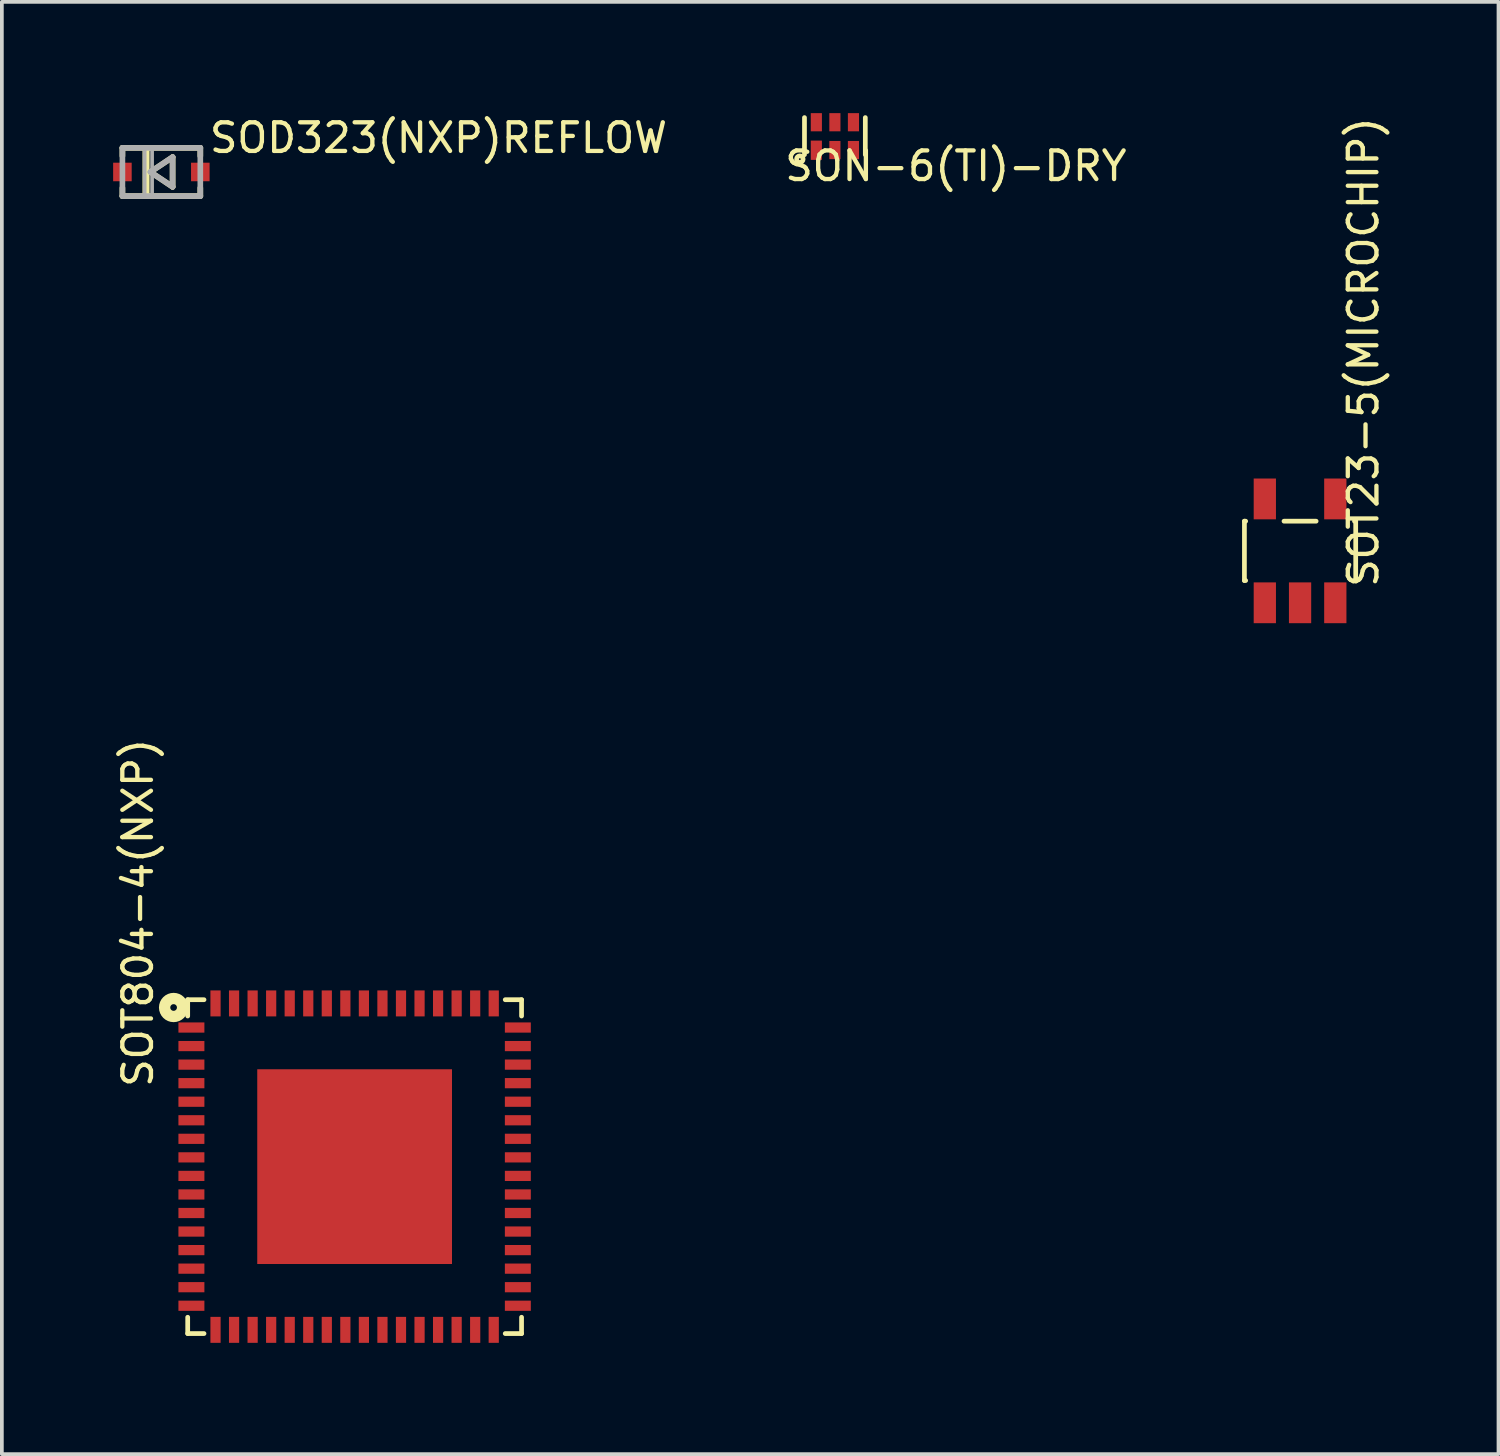
<source format=kicad_pcb>
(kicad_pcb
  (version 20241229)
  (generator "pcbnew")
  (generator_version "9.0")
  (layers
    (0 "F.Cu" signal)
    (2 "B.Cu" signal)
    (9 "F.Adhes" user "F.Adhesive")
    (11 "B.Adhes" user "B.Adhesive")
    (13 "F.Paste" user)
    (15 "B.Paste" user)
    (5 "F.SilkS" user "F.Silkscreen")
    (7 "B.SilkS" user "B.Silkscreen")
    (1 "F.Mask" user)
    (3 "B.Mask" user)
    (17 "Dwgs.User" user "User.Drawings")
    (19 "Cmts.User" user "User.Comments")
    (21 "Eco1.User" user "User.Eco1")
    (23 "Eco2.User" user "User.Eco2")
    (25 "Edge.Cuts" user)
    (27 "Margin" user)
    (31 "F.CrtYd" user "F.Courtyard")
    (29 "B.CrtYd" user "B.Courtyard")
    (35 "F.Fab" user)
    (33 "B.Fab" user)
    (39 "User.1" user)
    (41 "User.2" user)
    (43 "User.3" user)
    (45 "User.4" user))
  (footprint "SOT23-5(MICROCHIP)"
    (layer "F.Cu")
    (at 31.997 11.8)
    (property "Reference" "SOT23-5(MICROCHIP)" (at 2.159 1.041 90) (layer "F.SilkS") (effects (font (size 0.772 0.772) (thickness 0.116)) (justify left bottom)))
    (attr through_hole)
    (fp_line (start -1.5 -0.8) (end -1.467 -0.8) (stroke (width 0.127) (type solid)) (layer "F.SilkS"))
    (fp_line (start -1.5 0.8) (end -1.5 -0.8) (stroke (width 0.127) (type solid)) (layer "F.SilkS"))
    (fp_line (start -1.467 0.8) (end -1.5 0.8) (stroke (width 0.127) (type solid)) (layer "F.SilkS"))
    (fp_line (start -0.433 -0.8) (end 0.433 -0.8) (stroke (width 0.127) (type solid)) (layer "F.SilkS"))
    (fp_line (start 1.467 -0.8) (end 1.5 -0.8) (stroke (width 0.127) (type solid)) (layer "F.SilkS"))
    (fp_line (start 1.5 -0.8) (end 1.5 0.8) (stroke (width 0.127) (type solid)) (layer "F.SilkS"))
    (fp_line (start 1.5 0.8) (end 1.467 0.8) (stroke (width 0.127) (type solid)) (layer "F.SilkS"))
    (pad "1" smd rect (at -0.95 1.4 180) (size 0.6 1.1) (layers "F.Cu" "F.Mask" "F.Paste"))
    (pad "2" smd rect (at 0 1.4 180) (size 0.6 1.1) (layers "F.Cu" "F.Mask" "F.Paste"))
    (pad "3" smd rect (at 0.95 1.4 180) (size 0.6 1.1) (layers "F.Cu" "F.Mask" "F.Paste"))
    (pad "4" smd rect (at 0.95 -1.4 180) (size 0.6 1.1) (layers "F.Cu" "F.Mask" "F.Paste"))
    (pad "5" smd rect (at -0.95 -1.4 180) (size 0.6 1.1) (layers "F.Cu" "F.Mask" "F.Paste")))
  (footprint "SOT804-4(NXP)"
    (layer "F.Cu")
    (at 6.51 28.4)
    (property "Reference" "SOT804-4(NXP)" (at -5.39 -2.08 90) (layer "F.SilkS") (effects (font (size 0.772 0.772) (thickness 0.116)) (justify left bottom)))
    (attr through_hole)
    (fp_line (start -4.5 -4.5) (end -4.5 -4.06) (stroke (width 0.127) (type solid)) (layer "F.SilkS"))
    (fp_line (start -4.5 4.06) (end -4.5 4.5) (stroke (width 0.127) (type solid)) (layer "F.SilkS"))
    (fp_line (start -4.5 4.5) (end -4.06 4.5) (stroke (width 0.127) (type solid)) (layer "F.SilkS"))
    (fp_line (start -4.06 -4.5) (end -4.5 -4.5) (stroke (width 0.127) (type solid)) (layer "F.SilkS"))
    (fp_line (start 4.06 4.5) (end 4.5 4.5) (stroke (width 0.127) (type solid)) (layer "F.SilkS"))
    (fp_line (start 4.5 -4.5) (end 4.06 -4.5) (stroke (width 0.127) (type solid)) (layer "F.SilkS"))
    (fp_line (start 4.5 -4.06) (end 4.5 -4.5) (stroke (width 0.127) (type solid)) (layer "F.SilkS"))
    (fp_line (start 4.5 4.5) (end 4.5 4.06) (stroke (width 0.127) (type solid)) (layer "F.SilkS"))
    (fp_circle (center -4.88 -4.29) (end -4.79 -4.29) (stroke (width 0.305) (type solid)) (fill no) (layer "F.SilkS"))
    (pad "1" smd rect (at -4.4 -3.75) (size 0.7 0.275) (layers "F.Cu" "F.Mask" "F.Paste"))
    (pad "2" smd rect (at -4.4 -3.25) (size 0.7 0.275) (layers "F.Cu" "F.Mask" "F.Paste"))
    (pad "3" smd rect (at -4.4 -2.75) (size 0.7 0.275) (layers "F.Cu" "F.Mask" "F.Paste"))
    (pad "4" smd rect (at -4.4 -2.25) (size 0.7 0.275) (layers "F.Cu" "F.Mask" "F.Paste"))
    (pad "5" smd rect (at -4.4 -1.75) (size 0.7 0.275) (layers "F.Cu" "F.Mask" "F.Paste"))
    (pad "6" smd rect (at -4.4 -1.25) (size 0.7 0.275) (layers "F.Cu" "F.Mask" "F.Paste"))
    (pad "7" smd rect (at -4.4 -0.75) (size 0.7 0.275) (layers "F.Cu" "F.Mask" "F.Paste"))
    (pad "8" smd rect (at -4.4 -0.25) (size 0.7 0.275) (layers "F.Cu" "F.Mask" "F.Paste"))
    (pad "9" smd rect (at -4.4 0.25) (size 0.7 0.275) (layers "F.Cu" "F.Mask" "F.Paste"))
    (pad "10" smd rect (at -4.4 0.75) (size 0.7 0.275) (layers "F.Cu" "F.Mask" "F.Paste"))
    (pad "11" smd rect (at -4.4 1.25) (size 0.7 0.275) (layers "F.Cu" "F.Mask" "F.Paste"))
    (pad "12" smd rect (at -4.4 1.75) (size 0.7 0.275) (layers "F.Cu" "F.Mask" "F.Paste"))
    (pad "13" smd rect (at -4.4 2.25) (size 0.7 0.275) (layers "F.Cu" "F.Mask" "F.Paste"))
    (pad "14" smd rect (at -4.4 2.75) (size 0.7 0.275) (layers "F.Cu" "F.Mask" "F.Paste"))
    (pad "15" smd rect (at -4.4 3.25) (size 0.7 0.275) (layers "F.Cu" "F.Mask" "F.Paste"))
    (pad "16" smd rect (at -4.4 3.75) (size 0.7 0.275) (layers "F.Cu" "F.Mask" "F.Paste"))
    (pad "17" smd rect (at -3.75 4.4 90) (size 0.7 0.275) (layers "F.Cu" "F.Mask" "F.Paste"))
    (pad "18" smd rect (at -3.25 4.4 90) (size 0.7 0.275) (layers "F.Cu" "F.Mask" "F.Paste"))
    (pad "19" smd rect (at -2.75 4.4 90) (size 0.7 0.275) (layers "F.Cu" "F.Mask" "F.Paste"))
    (pad "20" smd rect (at -2.25 4.4 90) (size 0.7 0.275) (layers "F.Cu" "F.Mask" "F.Paste"))
    (pad "21" smd rect (at -1.75 4.4 90) (size 0.7 0.275) (layers "F.Cu" "F.Mask" "F.Paste"))
    (pad "22" smd rect (at -1.25 4.4 90) (size 0.7 0.275) (layers "F.Cu" "F.Mask" "F.Paste"))
    (pad "23" smd rect (at -0.75 4.4 90) (size 0.7 0.275) (layers "F.Cu" "F.Mask" "F.Paste"))
    (pad "24" smd rect (at -0.25 4.4 90) (size 0.7 0.275) (layers "F.Cu" "F.Mask" "F.Paste"))
    (pad "25" smd rect (at 0.25 4.4 90) (size 0.7 0.275) (layers "F.Cu" "F.Mask" "F.Paste"))
    (pad "26" smd rect (at 0.75 4.4 90) (size 0.7 0.275) (layers "F.Cu" "F.Mask" "F.Paste"))
    (pad "27" smd rect (at 1.25 4.4 90) (size 0.7 0.275) (layers "F.Cu" "F.Mask" "F.Paste"))
    (pad "28" smd rect (at 1.75 4.4 90) (size 0.7 0.275) (layers "F.Cu" "F.Mask" "F.Paste"))
    (pad "29" smd rect (at 2.25 4.4 90) (size 0.7 0.275) (layers "F.Cu" "F.Mask" "F.Paste"))
    (pad "30" smd rect (at 2.75 4.4 90) (size 0.7 0.275) (layers "F.Cu" "F.Mask" "F.Paste"))
    (pad "31" smd rect (at 3.25 4.4 90) (size 0.7 0.275) (layers "F.Cu" "F.Mask" "F.Paste"))
    (pad "32" smd rect (at 3.75 4.4 90) (size 0.7 0.275) (layers "F.Cu" "F.Mask" "F.Paste"))
    (pad "33" smd rect (at 4.4 3.75 180) (size 0.7 0.275) (layers "F.Cu" "F.Mask" "F.Paste"))
    (pad "34" smd rect (at 4.4 3.25 180) (size 0.7 0.275) (layers "F.Cu" "F.Mask" "F.Paste"))
    (pad "35" smd rect (at 4.4 2.75 180) (size 0.7 0.275) (layers "F.Cu" "F.Mask" "F.Paste"))
    (pad "36" smd rect (at 4.4 2.25 180) (size 0.7 0.275) (layers "F.Cu" "F.Mask" "F.Paste"))
    (pad "37" smd rect (at 4.4 1.75 180) (size 0.7 0.275) (layers "F.Cu" "F.Mask" "F.Paste"))
    (pad "38" smd rect (at 4.4 1.25 180) (size 0.7 0.275) (layers "F.Cu" "F.Mask" "F.Paste"))
    (pad "39" smd rect (at 4.4 0.75 180) (size 0.7 0.275) (layers "F.Cu" "F.Mask" "F.Paste"))
    (pad "40" smd rect (at 4.4 0.25 180) (size 0.7 0.275) (layers "F.Cu" "F.Mask" "F.Paste"))
    (pad "41" smd rect (at 4.4 -0.25 180) (size 0.7 0.275) (layers "F.Cu" "F.Mask" "F.Paste"))
    (pad "42" smd rect (at 4.4 -0.75 180) (size 0.7 0.275) (layers "F.Cu" "F.Mask" "F.Paste"))
    (pad "43" smd rect (at 4.4 -1.25 180) (size 0.7 0.275) (layers "F.Cu" "F.Mask" "F.Paste"))
    (pad "44" smd rect (at 4.4 -1.75 180) (size 0.7 0.275) (layers "F.Cu" "F.Mask" "F.Paste"))
    (pad "45" smd rect (at 4.4 -2.25 180) (size 0.7 0.275) (layers "F.Cu" "F.Mask" "F.Paste"))
    (pad "46" smd rect (at 4.4 -2.75 180) (size 0.7 0.275) (layers "F.Cu" "F.Mask" "F.Paste"))
    (pad "47" smd rect (at 4.4 -3.25 180) (size 0.7 0.275) (layers "F.Cu" "F.Mask" "F.Paste"))
    (pad "48" smd rect (at 4.4 -3.75 180) (size 0.7 0.275) (layers "F.Cu" "F.Mask" "F.Paste"))
    (pad "49" smd rect (at 3.75 -4.4 270) (size 0.7 0.275) (layers "F.Cu" "F.Mask" "F.Paste"))
    (pad "50" smd rect (at 3.25 -4.4 270) (size 0.7 0.275) (layers "F.Cu" "F.Mask" "F.Paste"))
    (pad "51" smd rect (at 2.75 -4.4 270) (size 0.7 0.275) (layers "F.Cu" "F.Mask" "F.Paste"))
    (pad "52" smd rect (at 2.25 -4.4 270) (size 0.7 0.275) (layers "F.Cu" "F.Mask" "F.Paste"))
    (pad "53" smd rect (at 1.75 -4.4 270) (size 0.7 0.275) (layers "F.Cu" "F.Mask" "F.Paste"))
    (pad "54" smd rect (at 1.25 -4.4 270) (size 0.7 0.275) (layers "F.Cu" "F.Mask" "F.Paste"))
    (pad "55" smd rect (at 0.75 -4.4 270) (size 0.7 0.275) (layers "F.Cu" "F.Mask" "F.Paste"))
    (pad "56" smd rect (at 0.25 -4.4 270) (size 0.7 0.275) (layers "F.Cu" "F.Mask" "F.Paste"))
    (pad "57" smd rect (at -0.25 -4.4 270) (size 0.7 0.275) (layers "F.Cu" "F.Mask" "F.Paste"))
    (pad "58" smd rect (at -0.75 -4.4 270) (size 0.7 0.275) (layers "F.Cu" "F.Mask" "F.Paste"))
    (pad "59" smd rect (at -1.25 -4.4 270) (size 0.7 0.275) (layers "F.Cu" "F.Mask" "F.Paste"))
    (pad "60" smd rect (at -1.75 -4.4 270) (size 0.7 0.275) (layers "F.Cu" "F.Mask" "F.Paste"))
    (pad "61" smd rect (at -2.25 -4.4 270) (size 0.7 0.275) (layers "F.Cu" "F.Mask" "F.Paste"))
    (pad "62" smd rect (at -2.75 -4.4 270) (size 0.7 0.275) (layers "F.Cu" "F.Mask" "F.Paste"))
    (pad "63" smd rect (at -3.25 -4.4 270) (size 0.7 0.275) (layers "F.Cu" "F.Mask" "F.Paste"))
    (pad "64" smd rect (at -3.75 -4.4 270) (size 0.7 0.275) (layers "F.Cu" "F.Mask" "F.Paste"))
    (pad "65" smd rect (at 0 0) (size 5.25 5.25) (layers "F.Cu" "F.Mask" "F.Paste")))
  (footprint "SOD323(NXP)REFLOW"
    (layer "F.Cu")
    (at 1.3 1.586)
    (property "Reference" "SOD323(NXP)REFLOW" (at 1.237 -0.467 180) (layer "F.SilkS") (effects (font (size 0.772 0.772) (thickness 0.116)) (justify left bottom)))
    (attr through_hole)
    (fp_line (start -1.05 -0.65) (end -1.05 -0.43) (stroke (width 0.152) (type solid)) (layer "F.SilkS"))
    (fp_line (start -1.05 -0.65) (end -0.445 -0.65) (stroke (width 0.152) (type solid)) (layer "F.SilkS"))
    (fp_line (start -1.05 0.43) (end -1.05 0.65) (stroke (width 0.152) (type solid)) (layer "F.SilkS"))
    (fp_line (start -0.445 -0.65) (end -0.445 0.65) (stroke (width 0.127) (type solid)) (layer "F.SilkS"))
    (fp_line (start -0.445 -0.65) (end -0.381 -0.65) (stroke (width 0.152) (type solid)) (layer "F.SilkS"))
    (fp_line (start -0.445 0.65) (end -1.05 0.65) (stroke (width 0.152) (type solid)) (layer "F.SilkS"))
    (fp_line (start -0.381 -0.65) (end 1.05 -0.65) (stroke (width 0.152) (type solid)) (layer "F.SilkS"))
    (fp_line (start -0.381 0.65) (end -0.445 0.65) (stroke (width 0.152) (type solid)) (layer "F.SilkS"))
    (fp_line (start -0.381 0.65) (end -0.381 -0.65) (stroke (width 0.127) (type solid)) (layer "F.SilkS"))
    (fp_line (start -0.297 0) (end 0.303 -0.4) (stroke (width 0.152) (type solid)) (layer "F.SilkS"))
    (fp_line (start 0.303 -0.4) (end 0.303 0.4) (stroke (width 0.152) (type solid)) (layer "F.SilkS"))
    (fp_line (start 0.303 0.4) (end -0.297 0) (stroke (width 0.152) (type solid)) (layer "F.SilkS"))
    (fp_line (start 1.05 -0.65) (end 1.05 -0.43) (stroke (width 0.152) (type solid)) (layer "F.SilkS"))
    (fp_line (start 1.05 0.43) (end 1.05 0.65) (stroke (width 0.152) (type solid)) (layer "F.SilkS"))
    (fp_line (start 1.05 0.65) (end -0.381 0.65) (stroke (width 0.152) (type solid)) (layer "F.SilkS"))
    (fp_line (start -1.05 -0.65) (end 1.05 -0.65) (stroke (width 0.152) (type solid)) (layer "F.Fab"))
    (fp_line (start -1.05 0.65) (end -1.05 -0.65) (stroke (width 0.152) (type solid)) (layer "F.Fab"))
    (fp_line (start -0.297 0) (end 0.303 -0.4) (stroke (width 0.152) (type solid)) (layer "F.Fab"))
    (fp_line (start 0.303 -0.4) (end 0.303 0.4) (stroke (width 0.152) (type solid)) (layer "F.Fab"))
    (fp_line (start 0.303 0.4) (end -0.297 0) (stroke (width 0.152) (type solid)) (layer "F.Fab"))
    (fp_line (start 1.05 -0.65) (end 1.05 0.65) (stroke (width 0.152) (type solid)) (layer "F.Fab"))
    (fp_line (start 1.05 0.65) (end -1.05 0.65) (stroke (width 0.152) (type solid)) (layer "F.Fab"))
    (fp_poly (pts (xy -0.45 0.65) (xy -0.25 0.65) (xy -0.25 -0.65) (xy -0.45 -0.65)) (stroke (width 0.1) (type solid)) (fill no) (layer "F.Fab"))
    (pad "A" smd rect (at 1.05 0) (size 0.5 0.5) (layers "F.Cu" "F.Mask" "F.Paste"))
    (pad "C" smd rect (at -1.05 0) (size 0.5 0.5) (layers "F.Cu" "F.Mask" "F.Paste")))
  (footprint "SON-6(TI)-DRY"
    (layer "F.Cu")
    (at 19.457 0.62)
    (property "Reference" "SON-6(TI)-DRY" (at -1.41 1.257 180) (layer "F.SilkS") (effects (font (size 0.772 0.772) (thickness 0.116)) (justify left bottom)))
    (attr through_hole)
    (fp_line (start -0.82 0.5) (end -0.82 -0.5) (stroke (width 0.127) (type solid)) (layer "F.SilkS"))
    (fp_line (start 0.82 -0.5) (end 0.82 0.5) (stroke (width 0.127) (type solid)) (layer "F.SilkS"))
    (fp_circle (center -0.945 0.62) (end -0.92 0.62) (stroke (width 0.127) (type solid)) (fill no) (layer "F.SilkS"))
    (pad "1" smd rect (at -0.5 0.38) (size 0.3 0.52) (layers "F.Cu" "F.Mask" "F.Paste"))
    (pad "2" smd rect (at 0 0.375) (size 0.3 0.49) (layers "F.Cu" "F.Mask" "F.Paste"))
    (pad "3" smd rect (at 0.5 0.375) (size 0.3 0.49) (layers "F.Cu" "F.Mask" "F.Paste"))
    (pad "4" smd rect (at 0.5 -0.375) (size 0.3 0.49) (layers "F.Cu" "F.Mask" "F.Paste"))
    (pad "5" smd rect (at 0 -0.375) (size 0.3 0.49) (layers "F.Cu" "F.Mask" "F.Paste"))
    (pad "6" smd rect (at -0.5 -0.375) (size 0.3 0.49) (layers "F.Cu" "F.Mask" "F.Paste")))
  (gr_rect
    (start -3 -3)
    (end 37.346 36.15)
    (stroke (width 0.1) (type default))
    (fill no)
    (layer "Edge.Cuts")))
</source>
